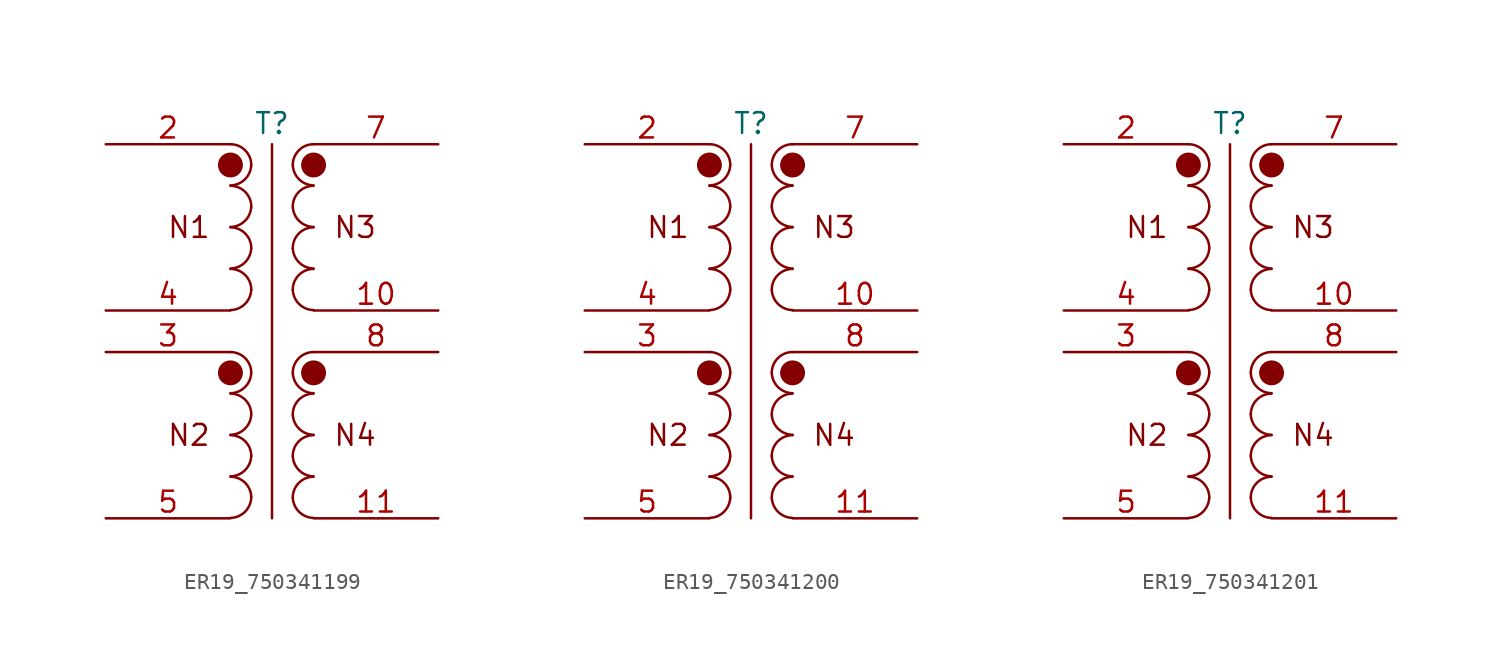
<source format=kicad_sym>
(kicad_symbol_lib
  (version 20220914)
  (generator kicad_symbol_editor)
  (symbol "ER19_750341199"
    (pin_names hide)
    (property "Reference" "T"
      (at 0 12.7 0)
      (effects (font (size 1.27 1.27))))
    (property "Critical Parameter" ""
      (at 0 -5.08 0)
      (effects (font (size 1.27 1.27))))
    (symbol "ER19_750341199_0_1"
      (arc (start -2.54 -11.4046) (mid -1.6561 -11.0363) (end -1.27 -10.16) (stroke (width 0) (type default)) (fill (type none)))
      (arc (start -2.54 -8.8646) (mid -1.6561 -8.4963) (end -1.27 -7.62) (stroke (width 0) (type default)) (fill (type none)))
      (arc (start -2.54 -6.3246) (mid -1.6561 -5.9563) (end -1.27 -5.08) (stroke (width 0) (type default)) (fill (type none)))
      (arc (start -2.54 -3.7846) (mid -1.6561 -3.4163) (end -1.27 -2.54) (stroke (width 0) (type default)) (fill (type none)))
      (arc (start -2.54 1.2954) (mid -1.6561 1.6637) (end -1.27 2.54) (stroke (width 0) (type default)) (fill (type none)))
      (arc (start -2.54 3.8354) (mid -1.6561 4.2037) (end -1.27 5.08) (stroke (width 0) (type default)) (fill (type none)))
      (arc (start -2.54 6.3754) (mid -1.6561 6.7437) (end -1.27 7.62) (stroke (width 0) (type default)) (fill (type none)))
      (arc (start -2.54 8.9154) (mid -1.6561 9.2837) (end -1.27 10.16) (stroke (width 0) (type default)) (fill (type none)))
      (arc (start -1.27 -10.16) (mid -1.642 -9.262) (end -2.54 -8.89) (stroke (width 0) (type default)) (fill (type none)))
      (arc (start -1.27 -7.62) (mid -1.642 -6.722) (end -2.54 -6.35) (stroke (width 0) (type default)) (fill (type none)))
      (arc (start -1.27 -5.08) (mid -1.642 -4.182) (end -2.54 -3.81) (stroke (width 0) (type default)) (fill (type none)))
      (arc (start -1.27 -2.54) (mid -1.642 -1.642) (end -2.54 -1.27) (stroke (width 0) (type default)) (fill (type none)))
      (arc (start -1.27 2.54) (mid -1.642 3.438) (end -2.54 3.81) (stroke (width 0) (type default)) (fill (type none)))
      (arc (start -1.27 5.08) (mid -1.642 5.978) (end -2.54 6.35) (stroke (width 0) (type default)) (fill (type none)))
      (arc (start -1.27 7.62) (mid -1.642 8.518) (end -2.54 8.89) (stroke (width 0) (type default)) (fill (type none)))
      (arc (start -1.27 10.16) (mid -1.642 11.058) (end -2.54 11.43) (stroke (width 0) (type default)) (fill (type none)))
      (polyline (pts (xy 0 -11.43) (xy 0 11.43)) (stroke (width 0) (type default)) (fill (type none)))
      (arc (start 1.27 -10.16) (mid 1.6561 -11.0363) (end 2.54 -11.4046) (stroke (width 0) (type default)) (fill (type none)))
      (arc (start 1.27 -7.62) (mid 1.6561 -8.4963) (end 2.54 -8.8646) (stroke (width 0) (type default)) (fill (type none)))
      (arc (start 1.27 -5.08) (mid 1.6561 -5.9563) (end 2.54 -6.3246) (stroke (width 0) (type default)) (fill (type none)))
      (arc (start 1.27 -2.54) (mid 1.6561 -3.4163) (end 2.54 -3.7846) (stroke (width 0) (type default)) (fill (type none)))
      (arc (start 1.27 2.54) (mid 1.6561 1.6637) (end 2.54 1.2954) (stroke (width 0) (type default)) (fill (type none)))
      (arc (start 1.27 5.08) (mid 1.6561 4.2037) (end 2.54 3.8354) (stroke (width 0) (type default)) (fill (type none)))
      (arc (start 1.27 7.62) (mid 1.6561 6.7437) (end 2.54 6.3754) (stroke (width 0) (type default)) (fill (type none)))
      (arc (start 1.27 10.16) (mid 1.6561 9.2837) (end 2.54 8.9154) (stroke (width 0) (type default)) (fill (type none)))
      (arc (start 2.54 -8.89) (mid 1.642 -9.262) (end 1.27 -10.16) (stroke (width 0) (type default)) (fill (type none)))
      (arc (start 2.54 -6.35) (mid 1.642 -6.722) (end 1.27 -7.62) (stroke (width 0) (type default)) (fill (type none)))
      (arc (start 2.54 -3.81) (mid 1.642 -4.182) (end 1.27 -5.08) (stroke (width 0) (type default)) (fill (type none)))
      (arc (start 2.54 -1.27) (mid 1.642 -1.642) (end 1.27 -2.54) (stroke (width 0) (type default)) (fill (type none)))
      (arc (start 2.54 3.81) (mid 1.642 3.438) (end 1.27 2.54) (stroke (width 0) (type default)) (fill (type none)))
      (arc (start 2.54 6.35) (mid 1.642 5.978) (end 1.27 5.08) (stroke (width 0) (type default)) (fill (type none)))
      (arc (start 2.54 8.89) (mid 1.642 8.518) (end 1.27 7.62) (stroke (width 0) (type default)) (fill (type none)))
      (arc (start 2.54 11.43) (mid 1.642 11.058) (end 1.27 10.16) (stroke (width 0) (type default)) (fill (type none))))
    (symbol "ER19_750341199_1_1"
      (circle (center -2.54 -2.54) (radius 0.0001) (stroke (width 0.762) (type default)) (fill (type none)))
      (circle (center -2.54 10.16) (radius 0.0001) (stroke (width 0.762) (type default)) (fill (type none)))
      (circle (center 2.54 -2.54) (radius 0.0001) (stroke (width 0.762) (type default)) (fill (type none)))
      (circle (center 2.54 10.16) (radius 0.0001) (stroke (width 0.762) (type default)) (fill (type none)))
      (text "N1" (at -5.08 6.35 0) (effects (font (size 1.27 1.27))))
      (text "N2" (at -5.08 -6.35 0) (effects (font (size 1.27 1.27))))
      (text "N3" (at 5.08 6.35 0) (effects (font (size 1.27 1.27))))
      (text "N4" (at 5.08 -6.35 0) (effects (font (size 1.27 1.27))))
      (pin passive line (at 10.16 1.27 180) (length 7.62) (name "10" (effects (font (size 1.27 1.27)))) (number "10" (effects (font (size 1.27 1.27)))))
      (pin passive line (at 10.16 -11.43 180) (length 7.62) (name "11" (effects (font (size 1.27 1.27)))) (number "11" (effects (font (size 1.27 1.27)))))
      (pin passive line (at -10.16 11.43 0) (length 7.62) (name "2" (effects (font (size 1.27 1.27)))) (number "2" (effects (font (size 1.27 1.27)))))
      (pin passive line (at -10.16 -1.27 0) (length 7.62) (name "3" (effects (font (size 1.27 1.27)))) (number "3" (effects (font (size 1.27 1.27)))))
      (pin passive line (at -10.16 1.27 0) (length 7.62) (name "4" (effects (font (size 1.27 1.27)))) (number "4" (effects (font (size 1.27 1.27)))))
      (pin passive line (at -10.16 -11.43 0) (length 7.62) (name "5" (effects (font (size 1.27 1.27)))) (number "5" (effects (font (size 1.27 1.27)))))
      (pin passive line (at 10.16 11.43 180) (length 7.62) (name "7" (effects (font (size 1.27 1.27)))) (number "7" (effects (font (size 1.27 1.27)))))
      (pin passive line (at 10.16 -1.27 180) (length 7.62) (name "8" (effects (font (size 1.27 1.27)))) (number "8" (effects (font (size 1.27 1.27)))))))
  (symbol "ER19_750341200"
    (pin_names hide)
    (property "Reference" "T"
      (at 0 12.7 0)
      (effects (font (size 1.27 1.27))))
    (property "Critical Parameter" ""
      (at 0 -5.08 0)
      (effects (font (size 1.27 1.27))))
    (symbol "ER19_750341200_0_1"
      (arc (start -2.54 -11.4046) (mid -1.6561 -11.0363) (end -1.27 -10.16) (stroke (width 0) (type default)) (fill (type none)))
      (arc (start -2.54 -8.8646) (mid -1.6561 -8.4963) (end -1.27 -7.62) (stroke (width 0) (type default)) (fill (type none)))
      (arc (start -2.54 -6.3246) (mid -1.6561 -5.9563) (end -1.27 -5.08) (stroke (width 0) (type default)) (fill (type none)))
      (arc (start -2.54 -3.7846) (mid -1.6561 -3.4163) (end -1.27 -2.54) (stroke (width 0) (type default)) (fill (type none)))
      (arc (start -2.54 1.2954) (mid -1.6561 1.6637) (end -1.27 2.54) (stroke (width 0) (type default)) (fill (type none)))
      (arc (start -2.54 3.8354) (mid -1.6561 4.2037) (end -1.27 5.08) (stroke (width 0) (type default)) (fill (type none)))
      (arc (start -2.54 6.3754) (mid -1.6561 6.7437) (end -1.27 7.62) (stroke (width 0) (type default)) (fill (type none)))
      (arc (start -2.54 8.9154) (mid -1.6561 9.2837) (end -1.27 10.16) (stroke (width 0) (type default)) (fill (type none)))
      (arc (start -1.27 -10.16) (mid -1.642 -9.262) (end -2.54 -8.89) (stroke (width 0) (type default)) (fill (type none)))
      (arc (start -1.27 -7.62) (mid -1.642 -6.722) (end -2.54 -6.35) (stroke (width 0) (type default)) (fill (type none)))
      (arc (start -1.27 -5.08) (mid -1.642 -4.182) (end -2.54 -3.81) (stroke (width 0) (type default)) (fill (type none)))
      (arc (start -1.27 -2.54) (mid -1.642 -1.642) (end -2.54 -1.27) (stroke (width 0) (type default)) (fill (type none)))
      (arc (start -1.27 2.54) (mid -1.642 3.438) (end -2.54 3.81) (stroke (width 0) (type default)) (fill (type none)))
      (arc (start -1.27 5.08) (mid -1.642 5.978) (end -2.54 6.35) (stroke (width 0) (type default)) (fill (type none)))
      (arc (start -1.27 7.62) (mid -1.642 8.518) (end -2.54 8.89) (stroke (width 0) (type default)) (fill (type none)))
      (arc (start -1.27 10.16) (mid -1.642 11.058) (end -2.54 11.43) (stroke (width 0) (type default)) (fill (type none)))
      (polyline (pts (xy 0 -11.43) (xy 0 11.43)) (stroke (width 0) (type default)) (fill (type none)))
      (arc (start 1.27 -10.16) (mid 1.6561 -11.0363) (end 2.54 -11.4046) (stroke (width 0) (type default)) (fill (type none)))
      (arc (start 1.27 -7.62) (mid 1.6561 -8.4963) (end 2.54 -8.8646) (stroke (width 0) (type default)) (fill (type none)))
      (arc (start 1.27 -5.08) (mid 1.6561 -5.9563) (end 2.54 -6.3246) (stroke (width 0) (type default)) (fill (type none)))
      (arc (start 1.27 -2.54) (mid 1.6561 -3.4163) (end 2.54 -3.7846) (stroke (width 0) (type default)) (fill (type none)))
      (arc (start 1.27 2.54) (mid 1.6561 1.6637) (end 2.54 1.2954) (stroke (width 0) (type default)) (fill (type none)))
      (arc (start 1.27 5.08) (mid 1.6561 4.2037) (end 2.54 3.8354) (stroke (width 0) (type default)) (fill (type none)))
      (arc (start 1.27 7.62) (mid 1.6561 6.7437) (end 2.54 6.3754) (stroke (width 0) (type default)) (fill (type none)))
      (arc (start 1.27 10.16) (mid 1.6561 9.2837) (end 2.54 8.9154) (stroke (width 0) (type default)) (fill (type none)))
      (arc (start 2.54 -8.89) (mid 1.642 -9.262) (end 1.27 -10.16) (stroke (width 0) (type default)) (fill (type none)))
      (arc (start 2.54 -6.35) (mid 1.642 -6.722) (end 1.27 -7.62) (stroke (width 0) (type default)) (fill (type none)))
      (arc (start 2.54 -3.81) (mid 1.642 -4.182) (end 1.27 -5.08) (stroke (width 0) (type default)) (fill (type none)))
      (arc (start 2.54 -1.27) (mid 1.642 -1.642) (end 1.27 -2.54) (stroke (width 0) (type default)) (fill (type none)))
      (arc (start 2.54 3.81) (mid 1.642 3.438) (end 1.27 2.54) (stroke (width 0) (type default)) (fill (type none)))
      (arc (start 2.54 6.35) (mid 1.642 5.978) (end 1.27 5.08) (stroke (width 0) (type default)) (fill (type none)))
      (arc (start 2.54 8.89) (mid 1.642 8.518) (end 1.27 7.62) (stroke (width 0) (type default)) (fill (type none)))
      (arc (start 2.54 11.43) (mid 1.642 11.058) (end 1.27 10.16) (stroke (width 0) (type default)) (fill (type none))))
    (symbol "ER19_750341200_1_1"
      (circle (center -2.54 -2.54) (radius 0.0001) (stroke (width 0.762) (type default)) (fill (type none)))
      (circle (center -2.54 10.16) (radius 0.0001) (stroke (width 0.762) (type default)) (fill (type none)))
      (circle (center 2.54 -2.54) (radius 0.0001) (stroke (width 0.762) (type default)) (fill (type none)))
      (circle (center 2.54 10.16) (radius 0.0001) (stroke (width 0.762) (type default)) (fill (type none)))
      (text "N1" (at -5.08 6.35 0) (effects (font (size 1.27 1.27))))
      (text "N2" (at -5.08 -6.35 0) (effects (font (size 1.27 1.27))))
      (text "N3" (at 5.08 6.35 0) (effects (font (size 1.27 1.27))))
      (text "N4" (at 5.08 -6.35 0) (effects (font (size 1.27 1.27))))
      (pin passive line (at 10.16 1.27 180) (length 7.62) (name "10" (effects (font (size 1.27 1.27)))) (number "10" (effects (font (size 1.27 1.27)))))
      (pin passive line (at 10.16 -11.43 180) (length 7.62) (name "11" (effects (font (size 1.27 1.27)))) (number "11" (effects (font (size 1.27 1.27)))))
      (pin passive line (at -10.16 11.43 0) (length 7.62) (name "2" (effects (font (size 1.27 1.27)))) (number "2" (effects (font (size 1.27 1.27)))))
      (pin passive line (at -10.16 -1.27 0) (length 7.62) (name "3" (effects (font (size 1.27 1.27)))) (number "3" (effects (font (size 1.27 1.27)))))
      (pin passive line (at -10.16 1.27 0) (length 7.62) (name "4" (effects (font (size 1.27 1.27)))) (number "4" (effects (font (size 1.27 1.27)))))
      (pin passive line (at -10.16 -11.43 0) (length 7.62) (name "5" (effects (font (size 1.27 1.27)))) (number "5" (effects (font (size 1.27 1.27)))))
      (pin passive line (at 10.16 11.43 180) (length 7.62) (name "7" (effects (font (size 1.27 1.27)))) (number "7" (effects (font (size 1.27 1.27)))))
      (pin passive line (at 10.16 -1.27 180) (length 7.62) (name "8" (effects (font (size 1.27 1.27)))) (number "8" (effects (font (size 1.27 1.27)))))))
  (symbol "ER19_750341201"
    (pin_names hide)
    (property "Reference" "T"
      (at 0 12.7 0)
      (effects (font (size 1.27 1.27))))
    (property "Critical Parameter" ""
      (at 0 -5.08 0)
      (effects (font (size 1.27 1.27))))
    (symbol "ER19_750341201_0_1"
      (arc (start -2.54 -11.4046) (mid -1.6561 -11.0363) (end -1.27 -10.16) (stroke (width 0) (type default)) (fill (type none)))
      (arc (start -2.54 -8.8646) (mid -1.6561 -8.4963) (end -1.27 -7.62) (stroke (width 0) (type default)) (fill (type none)))
      (arc (start -2.54 -6.3246) (mid -1.6561 -5.9563) (end -1.27 -5.08) (stroke (width 0) (type default)) (fill (type none)))
      (arc (start -2.54 -3.7846) (mid -1.6561 -3.4163) (end -1.27 -2.54) (stroke (width 0) (type default)) (fill (type none)))
      (arc (start -2.54 1.2954) (mid -1.6561 1.6637) (end -1.27 2.54) (stroke (width 0) (type default)) (fill (type none)))
      (arc (start -2.54 3.8354) (mid -1.6561 4.2037) (end -1.27 5.08) (stroke (width 0) (type default)) (fill (type none)))
      (arc (start -2.54 6.3754) (mid -1.6561 6.7437) (end -1.27 7.62) (stroke (width 0) (type default)) (fill (type none)))
      (arc (start -2.54 8.9154) (mid -1.6561 9.2837) (end -1.27 10.16) (stroke (width 0) (type default)) (fill (type none)))
      (arc (start -1.27 -10.16) (mid -1.642 -9.262) (end -2.54 -8.89) (stroke (width 0) (type default)) (fill (type none)))
      (arc (start -1.27 -7.62) (mid -1.642 -6.722) (end -2.54 -6.35) (stroke (width 0) (type default)) (fill (type none)))
      (arc (start -1.27 -5.08) (mid -1.642 -4.182) (end -2.54 -3.81) (stroke (width 0) (type default)) (fill (type none)))
      (arc (start -1.27 -2.54) (mid -1.642 -1.642) (end -2.54 -1.27) (stroke (width 0) (type default)) (fill (type none)))
      (arc (start -1.27 2.54) (mid -1.642 3.438) (end -2.54 3.81) (stroke (width 0) (type default)) (fill (type none)))
      (arc (start -1.27 5.08) (mid -1.642 5.978) (end -2.54 6.35) (stroke (width 0) (type default)) (fill (type none)))
      (arc (start -1.27 7.62) (mid -1.642 8.518) (end -2.54 8.89) (stroke (width 0) (type default)) (fill (type none)))
      (arc (start -1.27 10.16) (mid -1.642 11.058) (end -2.54 11.43) (stroke (width 0) (type default)) (fill (type none)))
      (polyline (pts (xy 0 -11.43) (xy 0 11.43)) (stroke (width 0) (type default)) (fill (type none)))
      (arc (start 1.27 -10.16) (mid 1.6561 -11.0363) (end 2.54 -11.4046) (stroke (width 0) (type default)) (fill (type none)))
      (arc (start 1.27 -7.62) (mid 1.6561 -8.4963) (end 2.54 -8.8646) (stroke (width 0) (type default)) (fill (type none)))
      (arc (start 1.27 -5.08) (mid 1.6561 -5.9563) (end 2.54 -6.3246) (stroke (width 0) (type default)) (fill (type none)))
      (arc (start 1.27 -2.54) (mid 1.6561 -3.4163) (end 2.54 -3.7846) (stroke (width 0) (type default)) (fill (type none)))
      (arc (start 1.27 2.54) (mid 1.6561 1.6637) (end 2.54 1.2954) (stroke (width 0) (type default)) (fill (type none)))
      (arc (start 1.27 5.08) (mid 1.6561 4.2037) (end 2.54 3.8354) (stroke (width 0) (type default)) (fill (type none)))
      (arc (start 1.27 7.62) (mid 1.6561 6.7437) (end 2.54 6.3754) (stroke (width 0) (type default)) (fill (type none)))
      (arc (start 1.27 10.16) (mid 1.6561 9.2837) (end 2.54 8.9154) (stroke (width 0) (type default)) (fill (type none)))
      (arc (start 2.54 -8.89) (mid 1.642 -9.262) (end 1.27 -10.16) (stroke (width 0) (type default)) (fill (type none)))
      (arc (start 2.54 -6.35) (mid 1.642 -6.722) (end 1.27 -7.62) (stroke (width 0) (type default)) (fill (type none)))
      (arc (start 2.54 -3.81) (mid 1.642 -4.182) (end 1.27 -5.08) (stroke (width 0) (type default)) (fill (type none)))
      (arc (start 2.54 -1.27) (mid 1.642 -1.642) (end 1.27 -2.54) (stroke (width 0) (type default)) (fill (type none)))
      (arc (start 2.54 3.81) (mid 1.642 3.438) (end 1.27 2.54) (stroke (width 0) (type default)) (fill (type none)))
      (arc (start 2.54 6.35) (mid 1.642 5.978) (end 1.27 5.08) (stroke (width 0) (type default)) (fill (type none)))
      (arc (start 2.54 8.89) (mid 1.642 8.518) (end 1.27 7.62) (stroke (width 0) (type default)) (fill (type none)))
      (arc (start 2.54 11.43) (mid 1.642 11.058) (end 1.27 10.16) (stroke (width 0) (type default)) (fill (type none))))
    (symbol "ER19_750341201_1_1"
      (circle (center -2.54 -2.54) (radius 0.0001) (stroke (width 0.762) (type default)) (fill (type none)))
      (circle (center -2.54 10.16) (radius 0.0001) (stroke (width 0.762) (type default)) (fill (type none)))
      (circle (center 2.54 -2.54) (radius 0.0001) (stroke (width 0.762) (type default)) (fill (type none)))
      (circle (center 2.54 10.16) (radius 0.0001) (stroke (width 0.762) (type default)) (fill (type none)))
      (text "N1" (at -5.08 6.35 0) (effects (font (size 1.27 1.27))))
      (text "N2" (at -5.08 -6.35 0) (effects (font (size 1.27 1.27))))
      (text "N3" (at 5.08 6.35 0) (effects (font (size 1.27 1.27))))
      (text "N4" (at 5.08 -6.35 0) (effects (font (size 1.27 1.27))))
      (pin passive line (at 10.16 1.27 180) (length 7.62) (name "10" (effects (font (size 1.27 1.27)))) (number "10" (effects (font (size 1.27 1.27)))))
      (pin passive line (at 10.16 -11.43 180) (length 7.62) (name "11" (effects (font (size 1.27 1.27)))) (number "11" (effects (font (size 1.27 1.27)))))
      (pin passive line (at -10.16 11.43 0) (length 7.62) (name "2" (effects (font (size 1.27 1.27)))) (number "2" (effects (font (size 1.27 1.27)))))
      (pin passive line (at -10.16 -1.27 0) (length 7.62) (name "3" (effects (font (size 1.27 1.27)))) (number "3" (effects (font (size 1.27 1.27)))))
      (pin passive line (at -10.16 1.27 0) (length 7.62) (name "4" (effects (font (size 1.27 1.27)))) (number "4" (effects (font (size 1.27 1.27)))))
      (pin passive line (at -10.16 -11.43 0) (length 7.62) (name "5" (effects (font (size 1.27 1.27)))) (number "5" (effects (font (size 1.27 1.27)))))
      (pin passive line (at 10.16 11.43 180) (length 7.62) (name "7" (effects (font (size 1.27 1.27)))) (number "7" (effects (font (size 1.27 1.27)))))
      (pin passive line (at 10.16 -1.27 180) (length 7.62) (name "8" (effects (font (size 1.27 1.27)))) (number "8" (effects (font (size 1.27 1.27))))))))
</source>
